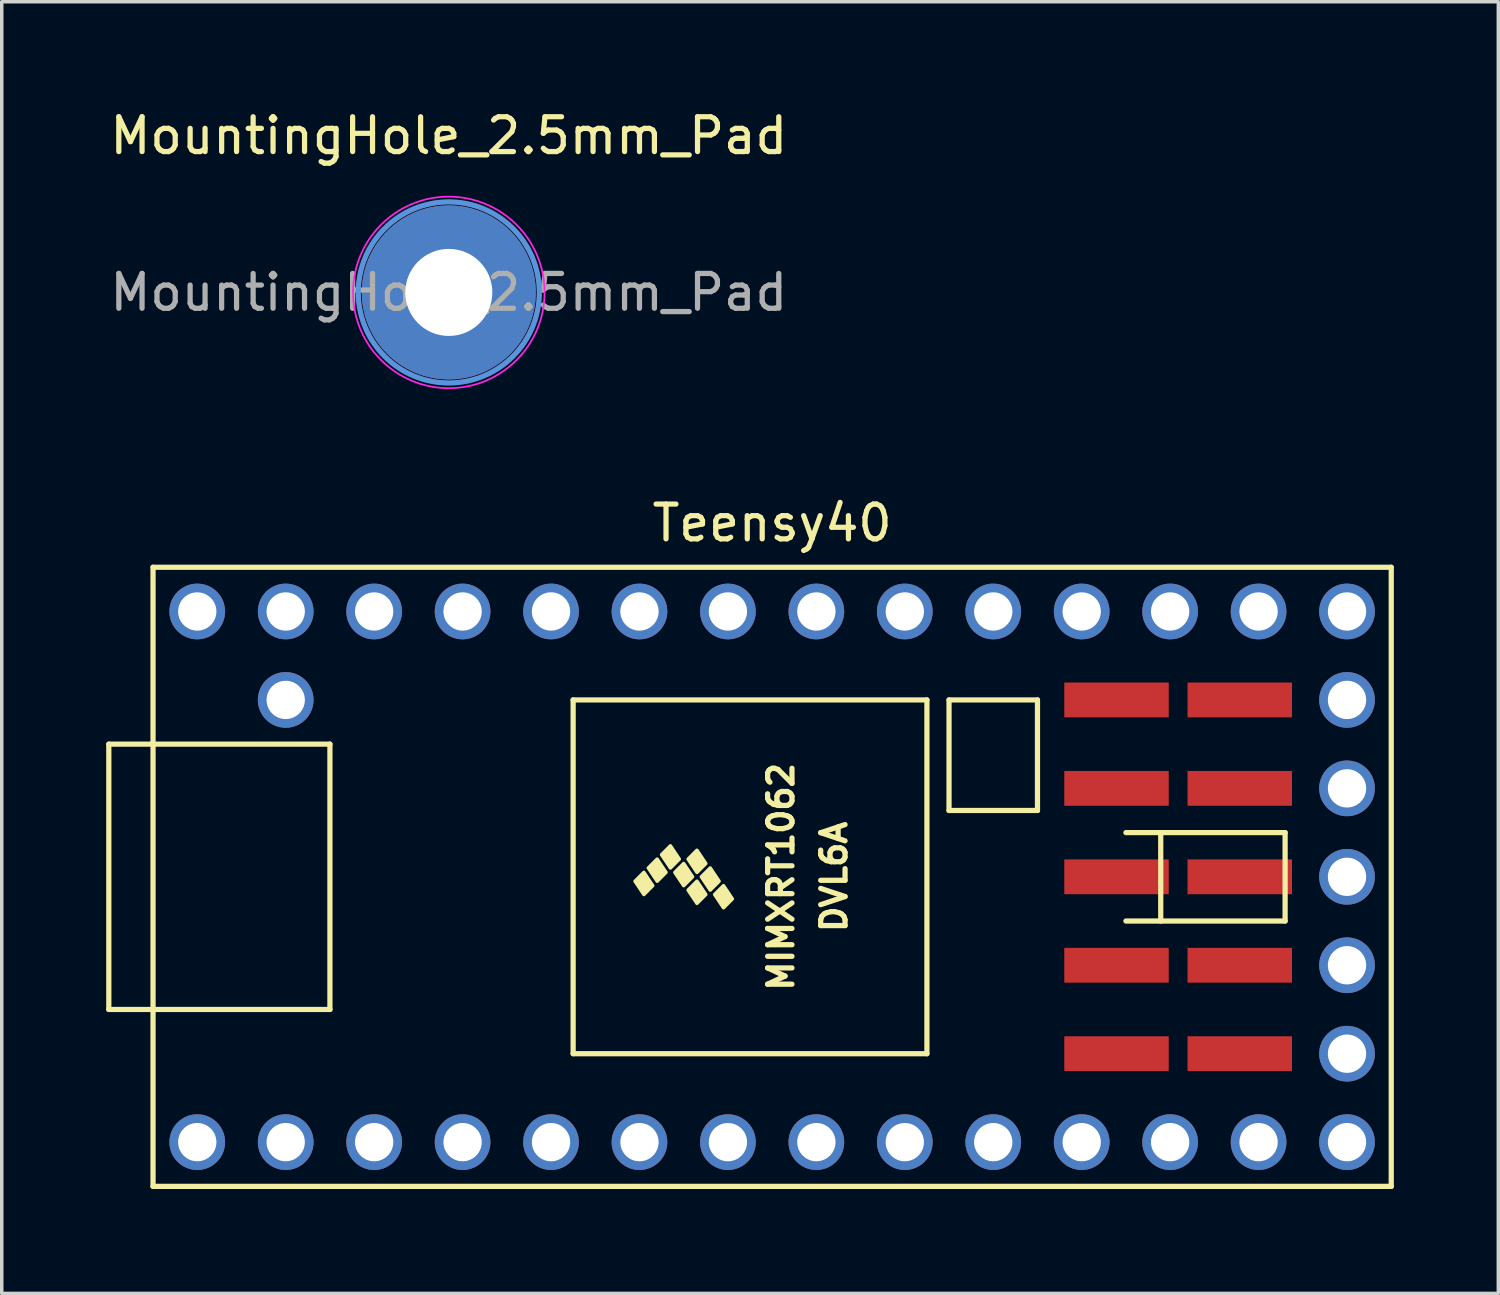
<source format=kicad_pcb>
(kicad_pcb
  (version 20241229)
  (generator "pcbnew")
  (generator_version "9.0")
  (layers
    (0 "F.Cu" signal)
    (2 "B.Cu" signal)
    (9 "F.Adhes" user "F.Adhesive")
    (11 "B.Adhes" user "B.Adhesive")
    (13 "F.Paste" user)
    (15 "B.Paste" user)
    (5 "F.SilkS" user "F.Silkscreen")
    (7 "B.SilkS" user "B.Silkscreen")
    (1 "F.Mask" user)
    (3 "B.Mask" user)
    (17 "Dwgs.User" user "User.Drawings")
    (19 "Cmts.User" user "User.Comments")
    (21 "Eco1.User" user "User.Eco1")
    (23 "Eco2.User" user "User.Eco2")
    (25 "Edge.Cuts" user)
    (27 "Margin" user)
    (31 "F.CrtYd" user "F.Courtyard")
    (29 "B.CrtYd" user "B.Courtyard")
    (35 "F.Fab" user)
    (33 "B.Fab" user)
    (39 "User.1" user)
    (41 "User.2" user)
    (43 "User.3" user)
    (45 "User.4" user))
  (footprint "Teensy40"
    (layer "F.Cu")
    (at 19.125 22.131)
    (property "Reference" "Teensy40" (at 0 -10.16 0) (layer "F.SilkS") (effects (font (size 1 1) (thickness 0.15))))
    (attr through_hole)
    (fp_line (start -19.05 -3.81) (end -17.78 -3.81) (stroke (width 0.15) (type solid)) (layer "F.SilkS"))
    (fp_line (start -19.05 3.81) (end -19.05 -3.81) (stroke (width 0.15) (type solid)) (layer "F.SilkS"))
    (fp_line (start -17.78 -8.89) (end 17.78 -8.89) (stroke (width 0.15) (type solid)) (layer "F.SilkS"))
    (fp_line (start -17.78 3.81) (end -19.05 3.81) (stroke (width 0.15) (type solid)) (layer "F.SilkS"))
    (fp_line (start -17.78 8.89) (end -17.78 -8.89) (stroke (width 0.15) (type solid)) (layer "F.SilkS"))
    (fp_line (start -12.7 -3.81) (end -17.78 -3.81) (stroke (width 0.15) (type solid)) (layer "F.SilkS"))
    (fp_line (start -12.7 3.81) (end -17.78 3.81) (stroke (width 0.15) (type solid)) (layer "F.SilkS"))
    (fp_line (start -12.7 3.81) (end -12.7 -3.81) (stroke (width 0.15) (type solid)) (layer "F.SilkS"))
    (fp_line (start -5.715 -5.08) (end -5.715 5.08) (stroke (width 0.15) (type solid)) (layer "F.SilkS"))
    (fp_line (start 4.445 -5.08) (end -5.715 -5.08) (stroke (width 0.15) (type solid)) (layer "F.SilkS"))
    (fp_line (start 4.445 5.08) (end -5.715 5.08) (stroke (width 0.15) (type solid)) (layer "F.SilkS"))
    (fp_line (start 4.445 5.08) (end 4.445 -5.08) (stroke (width 0.15) (type solid)) (layer "F.SilkS"))
    (fp_line (start 5.08 -5.08) (end 7.62 -5.08) (stroke (width 0.15) (type solid)) (layer "F.SilkS"))
    (fp_line (start 5.08 -1.905) (end 5.08 -5.08) (stroke (width 0.15) (type solid)) (layer "F.SilkS"))
    (fp_line (start 7.62 -5.08) (end 7.62 -1.905) (stroke (width 0.15) (type solid)) (layer "F.SilkS"))
    (fp_line (start 7.62 -1.905) (end 5.08 -1.905) (stroke (width 0.15) (type solid)) (layer "F.SilkS"))
    (fp_line (start 10.16 -1.27) (end 14.732 -1.27) (stroke (width 0.15) (type solid)) (layer "F.SilkS"))
    (fp_line (start 11.16 1.27) (end 11.16 -1.27) (stroke (width 0.15) (type solid)) (layer "F.SilkS"))
    (fp_line (start 14.732 -1.27) (end 14.732 1.27) (stroke (width 0.15) (type solid)) (layer "F.SilkS"))
    (fp_line (start 14.732 1.27) (end 10.16 1.27) (stroke (width 0.15) (type solid)) (layer "F.SilkS"))
    (fp_line (start 17.78 -8.89) (end 17.78 8.89) (stroke (width 0.15) (type solid)) (layer "F.SilkS"))
    (fp_line (start 17.78 8.89) (end -17.78 8.89) (stroke (width 0.15) (type solid)) (layer "F.SilkS"))
    (fp_poly (pts (xy -3.937 0.127) (xy -3.683 -0.127) (xy -3.429 0.254) (xy -3.683 0.508)) (stroke (width 0.1) (type solid)) (fill yes) (layer "F.SilkS"))
    (fp_poly (pts (xy -3.556 -0.254) (xy -3.302 -0.508) (xy -3.048 -0.127) (xy -3.302 0.127)) (stroke (width 0.1) (type solid)) (fill yes) (layer "F.SilkS"))
    (fp_poly (pts (xy -3.175 -0.635) (xy -2.921 -0.889) (xy -2.667 -0.508) (xy -2.921 -0.254)) (stroke (width 0.1) (type solid)) (fill yes) (layer "F.SilkS"))
    (fp_poly (pts (xy -2.794 -0.127) (xy -2.54 -0.381) (xy -2.286 0) (xy -2.54 0.254)) (stroke (width 0.1) (type solid)) (fill yes) (layer "F.SilkS"))
    (fp_poly (pts (xy -2.413 -0.508) (xy -2.159 -0.762) (xy -1.905 -0.381) (xy -2.159 -0.127)) (stroke (width 0.1) (type solid)) (fill yes) (layer "F.SilkS"))
    (fp_poly (pts (xy -2.413 0.381) (xy -2.159 0.127) (xy -1.905 0.508) (xy -2.159 0.762)) (stroke (width 0.1) (type solid)) (fill yes) (layer "F.SilkS"))
    (fp_poly (pts (xy -2.032 0) (xy -1.778 -0.254) (xy -1.524 0.127) (xy -1.778 0.381)) (stroke (width 0.1) (type solid)) (fill yes) (layer "F.SilkS"))
    (fp_poly (pts (xy -1.651 0.508) (xy -1.397 0.254) (xy -1.143 0.635) (xy -1.397 0.889)) (stroke (width 0.1) (type solid)) (fill yes) (layer "F.SilkS"))
    (fp_text user "MIMXRT1062" (at 0.254 0 90) (layer "F.SilkS") (effects (font (size 0.7 0.7) (thickness 0.15))))
    (fp_text user "DVL6A" (at 1.778 0 90) (layer "F.SilkS") (effects (font (size 0.7 0.7) (thickness 0.15))))
    (pad "1" thru_hole circle (at -16.51 7.62) (size 1.6 1.6) (drill 1.1) (layers "*.Cu" "*.Mask"))
    (pad "2" thru_hole circle (at -13.97 7.62) (size 1.6 1.6) (drill 1.1) (layers "*.Cu" "*.Mask"))
    (pad "3" thru_hole circle (at -11.43 7.62) (size 1.6 1.6) (drill 1.1) (layers "*.Cu" "*.Mask"))
    (pad "4" thru_hole circle (at -8.89 7.62) (size 1.6 1.6) (drill 1.1) (layers "*.Cu" "*.Mask"))
    (pad "5" thru_hole circle (at -6.35 7.62) (size 1.6 1.6) (drill 1.1) (layers "*.Cu" "*.Mask"))
    (pad "6" thru_hole circle (at -3.81 7.62) (size 1.6 1.6) (drill 1.1) (layers "*.Cu" "*.Mask"))
    (pad "7" thru_hole circle (at -1.27 7.62) (size 1.6 1.6) (drill 1.1) (layers "*.Cu" "*.Mask"))
    (pad "8" thru_hole circle (at 1.27 7.62) (size 1.6 1.6) (drill 1.1) (layers "*.Cu" "*.Mask"))
    (pad "9" thru_hole circle (at 3.81 7.62) (size 1.6 1.6) (drill 1.1) (layers "*.Cu" "*.Mask"))
    (pad "10" thru_hole circle (at 6.35 7.62) (size 1.6 1.6) (drill 1.1) (layers "*.Cu" "*.Mask"))
    (pad "11" thru_hole circle (at 8.89 7.62) (size 1.6 1.6) (drill 1.1) (layers "*.Cu" "*.Mask"))
    (pad "12" thru_hole circle (at 11.43 7.62) (size 1.6 1.6) (drill 1.1) (layers "*.Cu" "*.Mask"))
    (pad "13" thru_hole circle (at 13.97 7.62) (size 1.6 1.6) (drill 1.1) (layers "*.Cu" "*.Mask"))
    (pad "14" thru_hole circle (at 16.51 7.62) (size 1.6 1.6) (drill 1.1) (layers "*.Cu" "*.Mask"))
    (pad "15" thru_hole circle (at 16.51 5.08) (size 1.6 1.6) (drill 1.1) (layers "*.Cu" "*.Mask"))
    (pad "16" thru_hole circle (at 16.51 2.54) (size 1.6 1.6) (drill 1.1) (layers "*.Cu" "*.Mask"))
    (pad "17" thru_hole circle (at 16.51 0) (size 1.6 1.6) (drill 1.1) (layers "*.Cu" "*.Mask"))
    (pad "18" thru_hole circle (at 16.51 -2.54) (size 1.6 1.6) (drill 1.1) (layers "*.Cu" "*.Mask"))
    (pad "19" thru_hole circle (at 16.51 -5.08) (size 1.6 1.6) (drill 1.1) (layers "*.Cu" "*.Mask"))
    (pad "20" thru_hole circle (at 16.51 -7.62) (size 1.6 1.6) (drill 1.1) (layers "*.Cu" "*.Mask"))
    (pad "21" thru_hole circle (at 13.97 -7.62) (size 1.6 1.6) (drill 1.1) (layers "*.Cu" "*.Mask"))
    (pad "22" thru_hole circle (at 11.43 -7.62) (size 1.6 1.6) (drill 1.1) (layers "*.Cu" "*.Mask"))
    (pad "23" thru_hole circle (at 8.89 -7.62) (size 1.6 1.6) (drill 1.1) (layers "*.Cu" "*.Mask"))
    (pad "24" thru_hole circle (at 6.35 -7.62) (size 1.6 1.6) (drill 1.1) (layers "*.Cu" "*.Mask"))
    (pad "25" thru_hole circle (at 3.81 -7.62) (size 1.6 1.6) (drill 1.1) (layers "*.Cu" "*.Mask"))
    (pad "26" thru_hole circle (at 1.27 -7.62) (size 1.6 1.6) (drill 1.1) (layers "*.Cu" "*.Mask"))
    (pad "27" thru_hole circle (at -1.27 -7.62) (size 1.6 1.6) (drill 1.1) (layers "*.Cu" "*.Mask"))
    (pad "28" thru_hole circle (at -3.81 -7.62) (size 1.6 1.6) (drill 1.1) (layers "*.Cu" "*.Mask"))
    (pad "29" thru_hole circle (at -6.35 -7.62) (size 1.6 1.6) (drill 1.1) (layers "*.Cu" "*.Mask"))
    (pad "30" thru_hole circle (at -8.89 -7.62) (size 1.6 1.6) (drill 1.1) (layers "*.Cu" "*.Mask"))
    (pad "31" thru_hole circle (at -11.43 -7.62) (size 1.6 1.6) (drill 1.1) (layers "*.Cu" "*.Mask"))
    (pad "32" thru_hole circle (at -13.97 -7.62) (size 1.6 1.6) (drill 1.1) (layers "*.Cu" "*.Mask"))
    (pad "33" thru_hole circle (at -16.51 -7.62) (size 1.6 1.6) (drill 1.1) (layers "*.Cu" "*.Mask"))
    (pad "34" thru_hole circle (at -13.97 -5.08) (size 1.6 1.6) (drill 1.1) (layers "*.Cu" "*.Mask"))
    (pad "35" smd rect (at 13.43 -5.08) (size 3 1) (layers "F.Cu" "F.Mask" "F.Paste"))
    (pad "36" smd rect (at 9.89 -5.08) (size 3 1) (layers "F.Cu" "F.Mask" "F.Paste"))
    (pad "37" smd rect (at 13.43 -2.54) (size 3 1) (layers "F.Cu" "F.Mask" "F.Paste"))
    (pad "38" smd rect (at 9.89 -2.54) (size 3 1) (layers "F.Cu" "F.Mask" "F.Paste"))
    (pad "39" smd rect (at 13.43 0) (size 3 1) (layers "F.Cu" "F.Mask" "F.Paste"))
    (pad "40" smd rect (at 9.89 0) (size 3 1) (layers "F.Cu" "F.Mask" "F.Paste"))
    (pad "41" smd rect (at 13.43 2.54) (size 3 1) (layers "F.Cu" "F.Mask" "F.Paste"))
    (pad "42" smd rect (at 9.89 2.54) (size 3 1) (layers "F.Cu" "F.Mask" "F.Paste"))
    (pad "43" smd rect (at 13.43 5.08) (size 3 1) (layers "F.Cu" "F.Mask" "F.Paste"))
    (pad "44" smd rect (at 9.89 5.08) (size 3 1) (layers "F.Cu" "F.Mask" "F.Paste")))
  (footprint "MountingHole_2.5mm_Pad"
    (layer "F.Cu")
    (at 9.839 5.348)
    (property "Reference" "MountingHole_2.5mm_Pad" (at 0 -4.5 0) (layer "F.SilkS") (effects (font (size 1 1) (thickness 0.15))))
    (attr exclude_from_pos_files exclude_from_bom)
    (fp_circle (center 0 0) (end 2.6 0) (stroke (width 0.15) (type solid)) (fill no) (layer "Cmts.User"))
    (fp_circle (center 0 0) (end 2.75 0) (stroke (width 0.05) (type solid)) (fill no) (layer "F.CrtYd"))
    (fp_text user "${REFERENCE}" (at 0 0 0) (layer "F.Fab") (effects (font (size 1 1) (thickness 0.15))))
    (pad "1" thru_hole circle (at 0 0) (size 5 5) (drill 2.5) (layers "*.Cu" "*.Mask")))
  (gr_rect
    (start -3 -3)
    (end 39.98 34.096)
    (stroke (width 0.1) (type default))
    (fill no)
    (layer "Edge.Cuts")))
</source>
